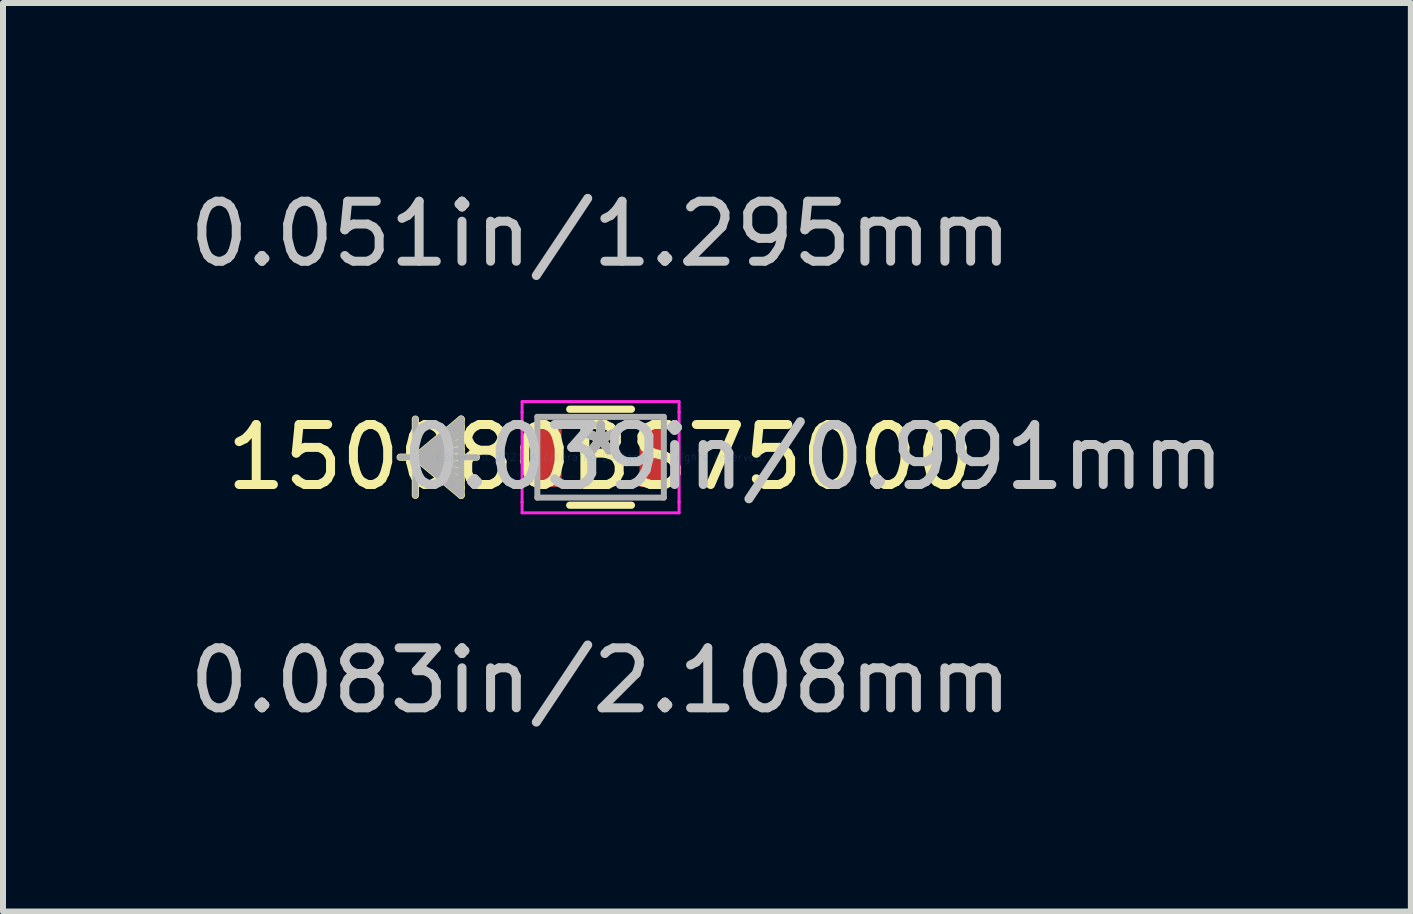
<source format=kicad_pcb>
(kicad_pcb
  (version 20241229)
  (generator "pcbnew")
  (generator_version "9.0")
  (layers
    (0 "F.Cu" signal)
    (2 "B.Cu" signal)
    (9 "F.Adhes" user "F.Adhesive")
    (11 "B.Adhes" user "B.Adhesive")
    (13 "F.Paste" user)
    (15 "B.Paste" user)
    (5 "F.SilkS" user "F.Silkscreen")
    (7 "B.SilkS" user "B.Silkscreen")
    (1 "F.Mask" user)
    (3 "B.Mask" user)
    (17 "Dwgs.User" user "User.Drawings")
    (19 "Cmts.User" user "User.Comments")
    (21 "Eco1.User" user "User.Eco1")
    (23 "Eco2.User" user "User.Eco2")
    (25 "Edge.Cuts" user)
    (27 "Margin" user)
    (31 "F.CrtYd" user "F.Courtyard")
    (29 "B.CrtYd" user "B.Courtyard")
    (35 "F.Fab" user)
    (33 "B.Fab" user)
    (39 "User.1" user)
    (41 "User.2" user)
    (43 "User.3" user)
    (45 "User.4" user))
  (footprint "150080BS75000"
    (layer "F.Cu")
    (at 6.958 4.569)
    (property "Reference" "150080BS75000" (at 0 0 0) (layer "F.SilkS") (effects (font (size 1 1) (thickness 0.15))))
    (attr through_hole)
    (fp_line (start -3.086 -0.635) (end -3.086 0.635) (stroke (width 0.12) (type solid)) (layer "F.SilkS"))
    (fp_line (start -3.086 0) (end -2.324 -0.635) (stroke (width 0.12) (type solid)) (layer "F.SilkS"))
    (fp_line (start -3.086 0) (end -2.324 -0.508) (stroke (width 0.12) (type solid)) (layer "F.SilkS"))
    (fp_line (start -3.086 0) (end -2.324 -0.381) (stroke (width 0.12) (type solid)) (layer "F.SilkS"))
    (fp_line (start -3.086 0) (end -2.324 -0.254) (stroke (width 0.12) (type solid)) (layer "F.SilkS"))
    (fp_line (start -3.086 0) (end -2.324 -0.127) (stroke (width 0.12) (type solid)) (layer "F.SilkS"))
    (fp_line (start -3.086 0) (end -2.324 0.127) (stroke (width 0.12) (type solid)) (layer "F.SilkS"))
    (fp_line (start -3.086 0) (end -2.324 0.254) (stroke (width 0.12) (type solid)) (layer "F.SilkS"))
    (fp_line (start -3.086 0) (end -2.324 0.381) (stroke (width 0.12) (type solid)) (layer "F.SilkS"))
    (fp_line (start -3.086 0) (end -2.324 0.508) (stroke (width 0.12) (type solid)) (layer "F.SilkS"))
    (fp_line (start -3.086 0) (end -2.324 0.635) (stroke (width 0.12) (type solid)) (layer "F.SilkS"))
    (fp_line (start -2.324 -0.635) (end -2.324 0.635) (stroke (width 0.12) (type solid)) (layer "F.SilkS"))
    (fp_line (start -2.07 0) (end -3.34 0) (stroke (width 0.12) (type solid)) (layer "F.SilkS"))
    (fp_line (start -0.514 0.8) (end 0.514 0.8) (stroke (width 0.12) (type solid)) (layer "F.SilkS"))
    (fp_line (start 0.514 -0.8) (end -0.514 -0.8) (stroke (width 0.12) (type solid)) (layer "F.SilkS"))
    (fp_line (start -1.308 -0.927) (end 1.308 -0.927) (stroke (width 0.05) (type solid)) (layer "F.CrtYd"))
    (fp_line (start -1.308 -0.749) (end -1.308 -0.927) (stroke (width 0.05) (type solid)) (layer "F.CrtYd"))
    (fp_line (start -1.308 -0.749) (end -1.308 -0.749) (stroke (width 0.05) (type solid)) (layer "F.CrtYd"))
    (fp_line (start -1.308 0.749) (end -1.308 -0.749) (stroke (width 0.05) (type solid)) (layer "F.CrtYd"))
    (fp_line (start -1.308 0.749) (end -1.308 0.749) (stroke (width 0.05) (type solid)) (layer "F.CrtYd"))
    (fp_line (start -1.308 0.927) (end -1.308 0.749) (stroke (width 0.05) (type solid)) (layer "F.CrtYd"))
    (fp_line (start 1.308 -0.927) (end 1.308 -0.749) (stroke (width 0.05) (type solid)) (layer "F.CrtYd"))
    (fp_line (start 1.308 -0.749) (end 1.308 -0.749) (stroke (width 0.05) (type solid)) (layer "F.CrtYd"))
    (fp_line (start 1.308 -0.749) (end 1.308 0.749) (stroke (width 0.05) (type solid)) (layer "F.CrtYd"))
    (fp_line (start 1.308 0.749) (end 1.308 0.749) (stroke (width 0.05) (type solid)) (layer "F.CrtYd"))
    (fp_line (start 1.308 0.749) (end 1.308 0.927) (stroke (width 0.05) (type solid)) (layer "F.CrtYd"))
    (fp_line (start 1.308 0.927) (end -1.308 0.927) (stroke (width 0.05) (type solid)) (layer "F.CrtYd"))
    (fp_line (start -3.086 -0.635) (end -3.086 0.635) (stroke (width 0.1) (type solid)) (layer "F.Fab"))
    (fp_line (start -3.086 0) (end -2.324 -0.635) (stroke (width 0.1) (type solid)) (layer "F.Fab"))
    (fp_line (start -3.086 0) (end -2.324 -0.508) (stroke (width 0.1) (type solid)) (layer "F.Fab"))
    (fp_line (start -3.086 0) (end -2.324 -0.381) (stroke (width 0.1) (type solid)) (layer "F.Fab"))
    (fp_line (start -3.086 0) (end -2.324 -0.254) (stroke (width 0.1) (type solid)) (layer "F.Fab"))
    (fp_line (start -3.086 0) (end -2.324 -0.127) (stroke (width 0.1) (type solid)) (layer "F.Fab"))
    (fp_line (start -3.086 0) (end -2.324 0.127) (stroke (width 0.1) (type solid)) (layer "F.Fab"))
    (fp_line (start -3.086 0) (end -2.324 0.254) (stroke (width 0.1) (type solid)) (layer "F.Fab"))
    (fp_line (start -3.086 0) (end -2.324 0.381) (stroke (width 0.1) (type solid)) (layer "F.Fab"))
    (fp_line (start -3.086 0) (end -2.324 0.508) (stroke (width 0.1) (type solid)) (layer "F.Fab"))
    (fp_line (start -3.086 0) (end -2.324 0.635) (stroke (width 0.1) (type solid)) (layer "F.Fab"))
    (fp_line (start -2.324 -0.635) (end -2.324 0.635) (stroke (width 0.1) (type solid)) (layer "F.Fab"))
    (fp_line (start -2.07 0) (end -3.34 0) (stroke (width 0.1) (type solid)) (layer "F.Fab"))
    (fp_line (start -1.054 -0.673) (end -1.054 0.673) (stroke (width 0.1) (type solid)) (layer "F.Fab"))
    (fp_line (start -1.054 0.673) (end 1.054 0.673) (stroke (width 0.1) (type solid)) (layer "F.Fab"))
    (fp_line (start 1.054 -0.673) (end -1.054 -0.673) (stroke (width 0.1) (type solid)) (layer "F.Fab"))
    (fp_line (start 1.054 0.673) (end 1.054 -0.673) (stroke (width 0.1) (type solid)) (layer "F.Fab"))
    (fp_text user "*" (at 0 0 0) (layer "F.SilkS") (effects (font (size 1 1) (thickness 0.15))))
    (fp_text user "0.083in/2.108mm" (at 0 3.721 0) (layer "Dwgs.User") (effects (font (size 1 1) (thickness 0.15))))
    (fp_text user "0.051in/1.295mm" (at 0 -3.721 0) (layer "Dwgs.User") (effects (font (size 1 1) (thickness 0.15))))
    (fp_text user "0.039in/0.991mm" (at 3.543 0 0) (layer "Dwgs.User") (effects (font (size 1 1) (thickness 0.15))))
    (fp_text user "Copyright 2021 Accelerated Designs. All rights reserved." (at 0 0 0) (layer "Cmts.User") (effects (font (size 0.127 0.127) (thickness 0.002))))
    (fp_text user "*" (at 0 0 0) (layer "F.Fab") (effects (font (size 1 1) (thickness 0.15))))
    (pad "1" smd rect (at -0.851 0) (size 0.406 0.991) (layers "F.Cu" "F.Mask" "F.Paste"))
    (pad "2" smd rect (at 0.851 0) (size 0.406 0.991) (layers "F.Cu" "F.Mask" "F.Paste")))
  (gr_rect
    (start -3 -3)
    (end 20.46 12.139)
    (stroke (width 0.1) (type default))
    (fill no)
    (layer "Edge.Cuts")))
</source>
